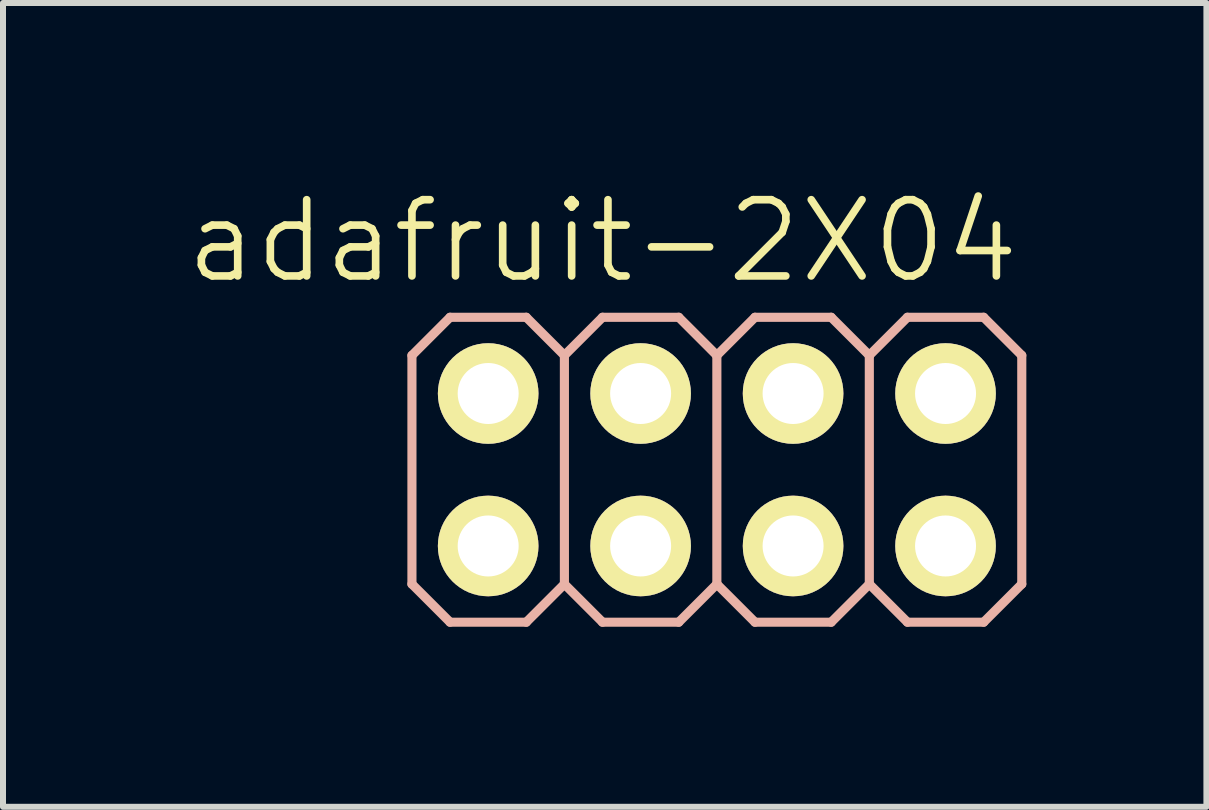
<source format=kicad_pcb>
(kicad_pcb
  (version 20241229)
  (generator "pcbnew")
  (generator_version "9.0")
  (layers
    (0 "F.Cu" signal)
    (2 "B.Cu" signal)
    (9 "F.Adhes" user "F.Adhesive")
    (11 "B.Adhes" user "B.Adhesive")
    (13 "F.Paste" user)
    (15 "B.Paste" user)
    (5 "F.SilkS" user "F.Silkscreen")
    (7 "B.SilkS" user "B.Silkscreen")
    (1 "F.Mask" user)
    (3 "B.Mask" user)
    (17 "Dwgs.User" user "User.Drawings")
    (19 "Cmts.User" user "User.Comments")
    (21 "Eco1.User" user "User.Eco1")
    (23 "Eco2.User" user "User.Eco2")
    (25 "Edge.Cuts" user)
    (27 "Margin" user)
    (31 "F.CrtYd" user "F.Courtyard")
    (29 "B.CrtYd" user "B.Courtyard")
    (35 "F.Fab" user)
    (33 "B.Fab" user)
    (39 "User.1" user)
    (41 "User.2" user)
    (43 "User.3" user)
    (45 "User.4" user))
  (footprint "adafruit-2X04"
    (layer "F.Cu")
    (at 8.893 4.776)
    (property "Reference" "adafruit-2X04" (at -1.905 -3.81 0) (layer "F.SilkS") (effects (font (size 1.27 1.27) (thickness 0.127))))
    (attr exclude_from_pos_files exclude_from_bom)
    (fp_line (start -4.064 -1.524) (end -3.556 -1.524) (stroke (width 0.066) (type solid)) (layer "F.SilkS"))
    (fp_line (start -4.064 -1.016) (end -4.064 -1.524) (stroke (width 0.066) (type solid)) (layer "F.SilkS"))
    (fp_line (start -4.064 -1.016) (end -3.556 -1.016) (stroke (width 0.066) (type solid)) (layer "F.SilkS"))
    (fp_line (start -4.064 1.016) (end -3.556 1.016) (stroke (width 0.066) (type solid)) (layer "F.SilkS"))
    (fp_line (start -4.064 1.524) (end -4.064 1.016) (stroke (width 0.066) (type solid)) (layer "F.SilkS"))
    (fp_line (start -4.064 1.524) (end -3.556 1.524) (stroke (width 0.066) (type solid)) (layer "F.SilkS"))
    (fp_line (start -3.556 -1.016) (end -3.556 -1.524) (stroke (width 0.066) (type solid)) (layer "F.SilkS"))
    (fp_line (start -3.556 1.524) (end -3.556 1.016) (stroke (width 0.066) (type solid)) (layer "F.SilkS"))
    (fp_line (start -1.524 -1.524) (end -1.016 -1.524) (stroke (width 0.066) (type solid)) (layer "F.SilkS"))
    (fp_line (start -1.524 -1.016) (end -1.524 -1.524) (stroke (width 0.066) (type solid)) (layer "F.SilkS"))
    (fp_line (start -1.524 -1.016) (end -1.016 -1.016) (stroke (width 0.066) (type solid)) (layer "F.SilkS"))
    (fp_line (start -1.524 1.016) (end -1.016 1.016) (stroke (width 0.066) (type solid)) (layer "F.SilkS"))
    (fp_line (start -1.524 1.524) (end -1.524 1.016) (stroke (width 0.066) (type solid)) (layer "F.SilkS"))
    (fp_line (start -1.524 1.524) (end -1.016 1.524) (stroke (width 0.066) (type solid)) (layer "F.SilkS"))
    (fp_line (start -1.016 -1.016) (end -1.016 -1.524) (stroke (width 0.066) (type solid)) (layer "F.SilkS"))
    (fp_line (start -1.016 1.524) (end -1.016 1.016) (stroke (width 0.066) (type solid)) (layer "F.SilkS"))
    (fp_line (start 1.016 -1.524) (end 1.524 -1.524) (stroke (width 0.066) (type solid)) (layer "F.SilkS"))
    (fp_line (start 1.016 -1.016) (end 1.016 -1.524) (stroke (width 0.066) (type solid)) (layer "F.SilkS"))
    (fp_line (start 1.016 -1.016) (end 1.524 -1.016) (stroke (width 0.066) (type solid)) (layer "F.SilkS"))
    (fp_line (start 1.016 1.016) (end 1.524 1.016) (stroke (width 0.066) (type solid)) (layer "F.SilkS"))
    (fp_line (start 1.016 1.524) (end 1.016 1.016) (stroke (width 0.066) (type solid)) (layer "F.SilkS"))
    (fp_line (start 1.016 1.524) (end 1.524 1.524) (stroke (width 0.066) (type solid)) (layer "F.SilkS"))
    (fp_line (start 1.524 -1.016) (end 1.524 -1.524) (stroke (width 0.066) (type solid)) (layer "F.SilkS"))
    (fp_line (start 1.524 1.524) (end 1.524 1.016) (stroke (width 0.066) (type solid)) (layer "F.SilkS"))
    (fp_line (start 3.556 -1.524) (end 4.064 -1.524) (stroke (width 0.066) (type solid)) (layer "F.SilkS"))
    (fp_line (start 3.556 -1.016) (end 3.556 -1.524) (stroke (width 0.066) (type solid)) (layer "F.SilkS"))
    (fp_line (start 3.556 -1.016) (end 4.064 -1.016) (stroke (width 0.066) (type solid)) (layer "F.SilkS"))
    (fp_line (start 3.556 1.016) (end 4.064 1.016) (stroke (width 0.066) (type solid)) (layer "F.SilkS"))
    (fp_line (start 3.556 1.524) (end 3.556 1.016) (stroke (width 0.066) (type solid)) (layer "F.SilkS"))
    (fp_line (start 3.556 1.524) (end 4.064 1.524) (stroke (width 0.066) (type solid)) (layer "F.SilkS"))
    (fp_line (start 4.064 -1.016) (end 4.064 -1.524) (stroke (width 0.066) (type solid)) (layer "F.SilkS"))
    (fp_line (start 4.064 1.524) (end 4.064 1.016) (stroke (width 0.066) (type solid)) (layer "F.SilkS"))
    (fp_line (start -5.08 -1.905) (end -4.445 -2.54) (stroke (width 0.152) (type solid)) (layer "B.SilkS"))
    (fp_line (start -5.08 1.905) (end -5.08 -1.905) (stroke (width 0.152) (type solid)) (layer "B.SilkS"))
    (fp_line (start -5.08 1.905) (end -4.445 2.54) (stroke (width 0.152) (type solid)) (layer "B.SilkS"))
    (fp_line (start -4.445 -2.54) (end -3.175 -2.54) (stroke (width 0.152) (type solid)) (layer "B.SilkS"))
    (fp_line (start -4.445 2.54) (end -3.175 2.54) (stroke (width 0.152) (type solid)) (layer "B.SilkS"))
    (fp_line (start -3.175 -2.54) (end -2.54 -1.905) (stroke (width 0.152) (type solid)) (layer "B.SilkS"))
    (fp_line (start -3.175 2.54) (end -2.54 1.905) (stroke (width 0.152) (type solid)) (layer "B.SilkS"))
    (fp_line (start -2.54 -1.905) (end -2.54 1.905) (stroke (width 0.152) (type solid)) (layer "B.SilkS"))
    (fp_line (start -2.54 -1.905) (end -1.905 -2.54) (stroke (width 0.152) (type solid)) (layer "B.SilkS"))
    (fp_line (start -2.54 1.905) (end -1.905 2.54) (stroke (width 0.152) (type solid)) (layer "B.SilkS"))
    (fp_line (start -1.905 -2.54) (end -0.635 -2.54) (stroke (width 0.152) (type solid)) (layer "B.SilkS"))
    (fp_line (start -1.905 2.54) (end -0.635 2.54) (stroke (width 0.152) (type solid)) (layer "B.SilkS"))
    (fp_line (start -0.635 -2.54) (end 0 -1.905) (stroke (width 0.152) (type solid)) (layer "B.SilkS"))
    (fp_line (start -0.635 2.54) (end 0 1.905) (stroke (width 0.152) (type solid)) (layer "B.SilkS"))
    (fp_line (start 0 -1.905) (end 0 1.905) (stroke (width 0.152) (type solid)) (layer "B.SilkS"))
    (fp_line (start 0 -1.905) (end 0.635 -2.54) (stroke (width 0.152) (type solid)) (layer "B.SilkS"))
    (fp_line (start 0 1.905) (end 0.635 2.54) (stroke (width 0.152) (type solid)) (layer "B.SilkS"))
    (fp_line (start 0.635 -2.54) (end 1.905 -2.54) (stroke (width 0.152) (type solid)) (layer "B.SilkS"))
    (fp_line (start 0.635 2.54) (end 1.905 2.54) (stroke (width 0.152) (type solid)) (layer "B.SilkS"))
    (fp_line (start 1.905 -2.54) (end 2.54 -1.905) (stroke (width 0.152) (type solid)) (layer "B.SilkS"))
    (fp_line (start 1.905 2.54) (end 2.54 1.905) (stroke (width 0.152) (type solid)) (layer "B.SilkS"))
    (fp_line (start 2.54 -1.905) (end 2.54 1.905) (stroke (width 0.152) (type solid)) (layer "B.SilkS"))
    (fp_line (start 2.54 -1.905) (end 3.175 -2.54) (stroke (width 0.152) (type solid)) (layer "B.SilkS"))
    (fp_line (start 2.54 1.905) (end 3.175 2.54) (stroke (width 0.152) (type solid)) (layer "B.SilkS"))
    (fp_line (start 3.175 -2.54) (end 4.445 -2.54) (stroke (width 0.152) (type solid)) (layer "B.SilkS"))
    (fp_line (start 3.175 2.54) (end 4.445 2.54) (stroke (width 0.152) (type solid)) (layer "B.SilkS"))
    (fp_line (start 4.445 -2.54) (end 5.08 -1.905) (stroke (width 0.152) (type solid)) (layer "B.SilkS"))
    (fp_line (start 4.445 2.54) (end 5.08 1.905) (stroke (width 0.152) (type solid)) (layer "B.SilkS"))
    (fp_line (start 5.08 -1.905) (end 5.08 1.905) (stroke (width 0.152) (type solid)) (layer "B.SilkS"))
    (pad "1" thru_hole circle (at -3.81 1.27) (size 1.676 1.676) (drill 1.016) (layers "*.Cu" "F.Mask" "F.SilkS" "F.Paste"))
    (pad "2" thru_hole circle (at -3.81 -1.27) (size 1.676 1.676) (drill 1.016) (layers "*.Cu" "F.Mask" "F.SilkS" "F.Paste"))
    (pad "3" thru_hole circle (at -1.27 1.27) (size 1.676 1.676) (drill 1.016) (layers "*.Cu" "F.Mask" "F.SilkS" "F.Paste"))
    (pad "4" thru_hole circle (at -1.27 -1.27) (size 1.676 1.676) (drill 1.016) (layers "*.Cu" "F.Mask" "F.SilkS" "F.Paste"))
    (pad "5" thru_hole circle (at 1.27 1.27) (size 1.676 1.676) (drill 1.016) (layers "*.Cu" "F.Mask" "F.SilkS" "F.Paste"))
    (pad "6" thru_hole circle (at 1.27 -1.27) (size 1.676 1.676) (drill 1.016) (layers "*.Cu" "F.Mask" "F.SilkS" "F.Paste"))
    (pad "7" thru_hole circle (at 3.81 1.27) (size 1.676 1.676) (drill 1.016) (layers "*.Cu" "F.Mask" "F.SilkS" "F.Paste"))
    (pad "8" thru_hole circle (at 3.81 -1.27) (size 1.676 1.676) (drill 1.016) (layers "*.Cu" "F.Mask" "F.SilkS" "F.Paste")))
  (gr_rect
    (start -3 -3)
    (end 17.049 10.392)
    (stroke (width 0.1) (type default))
    (fill no)
    (layer "Edge.Cuts")))
</source>
